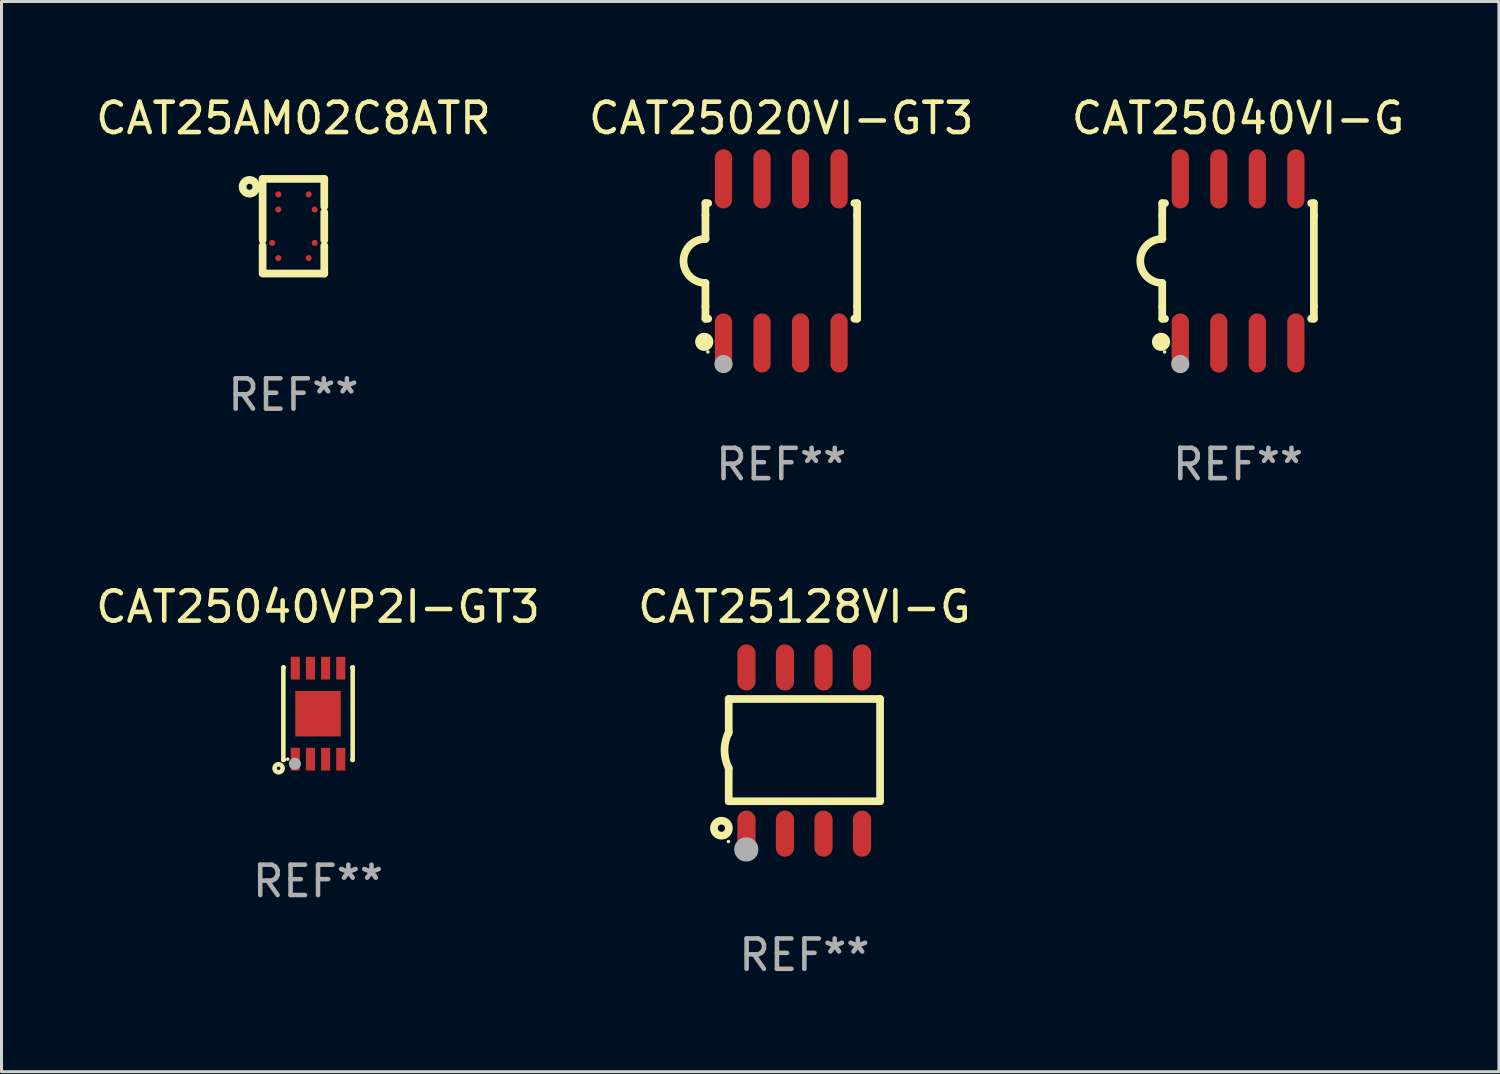
<source format=kicad_pcb>
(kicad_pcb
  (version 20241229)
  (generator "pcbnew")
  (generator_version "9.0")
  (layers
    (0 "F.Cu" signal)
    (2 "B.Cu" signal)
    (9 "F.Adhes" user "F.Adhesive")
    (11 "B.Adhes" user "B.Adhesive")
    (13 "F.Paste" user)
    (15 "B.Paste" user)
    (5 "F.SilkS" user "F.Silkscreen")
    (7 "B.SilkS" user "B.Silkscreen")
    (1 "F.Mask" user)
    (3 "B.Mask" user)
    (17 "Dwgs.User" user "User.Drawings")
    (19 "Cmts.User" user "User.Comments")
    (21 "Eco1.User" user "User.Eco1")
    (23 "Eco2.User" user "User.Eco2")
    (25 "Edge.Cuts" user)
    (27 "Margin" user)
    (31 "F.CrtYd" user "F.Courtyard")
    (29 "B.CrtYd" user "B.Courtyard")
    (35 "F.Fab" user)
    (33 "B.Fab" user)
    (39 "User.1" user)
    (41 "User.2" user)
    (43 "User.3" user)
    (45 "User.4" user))
  (footprint "CAT25128VI-G"
    (layer "F.Cu")
    (at 23.47 21.695)
    (property "Reference" "CAT25128VI-G" (at 0 -4.74 0) (layer "F.SilkS") (effects (font (size 1 1) (thickness 0.15))))
    (attr through_hole)
    (fp_line (start -2.495 -1.7) (end 2.495 -1.7) (stroke (width 0.254) (type solid)) (layer "F.SilkS"))
    (fp_line (start -2.495 -0.6) (end -2.495 -1.7) (stroke (width 0.254) (type solid)) (layer "F.SilkS"))
    (fp_line (start -2.495 1.671) (end -2.495 0.58) (stroke (width 0.254) (type solid)) (layer "F.SilkS"))
    (fp_line (start 2.495 -1.7) (end 2.495 1.671) (stroke (width 0.254) (type solid)) (layer "F.SilkS"))
    (fp_line (start 2.495 1.671) (end -2.495 1.671) (stroke (width 0.254) (type solid)) (layer "F.SilkS"))
    (fp_arc (start -2.495009 0.58001) (mid -2.634112 -0.009995) (end -2.495009 -0.6) (stroke (width 0.254001) (type solid)) (layer "F.SilkS"))
    (fp_circle (center -2.735 2.56) (end -2.615 2.56) (stroke (width 0.254) (type solid)) (fill no) (layer "F.SilkS"))
    (fp_circle (center -2.505 3) (end -2.475 3) (stroke (width 0.06) (type solid)) (fill no) (layer "F.SilkS"))
    (fp_circle (center -1.915 3.26) (end -1.715 3.26) (stroke (width 0.4) (type solid)) (fill no) (layer "F.Fab"))
    (fp_text user "REF**" (at 0 6.74 0) (layer "F.Fab") (effects (font (size 1 1) (thickness 0.15))))
    (pad "1" smd oval (at -1.91 2.74) (size 0.6 1.52) (layers "F.Cu" "F.Mask" "F.Paste"))
    (pad "2" smd oval (at -0.64 2.74) (size 0.6 1.52) (layers "F.Cu" "F.Mask" "F.Paste"))
    (pad "3" smd oval (at 0.63 2.74) (size 0.6 1.52) (layers "F.Cu" "F.Mask" "F.Paste"))
    (pad "4" smd oval (at 1.9 2.74) (size 0.6 1.52) (layers "F.Cu" "F.Mask" "F.Paste"))
    (pad "5" smd oval (at 1.9 -2.74) (size 0.6 1.52) (layers "F.Cu" "F.Mask" "F.Paste"))
    (pad "6" smd oval (at 0.63 -2.74) (size 0.6 1.52) (layers "F.Cu" "F.Mask" "F.Paste"))
    (pad "7" smd oval (at -0.64 -2.74) (size 0.6 1.52) (layers "F.Cu" "F.Mask" "F.Paste"))
    (pad "8" smd oval (at -1.91 -2.74) (size 0.6 1.52) (layers "F.Cu" "F.Mask" "F.Paste")))
  (footprint "CAT25AM02C8ATR"
    (layer "F.Cu")
    (at 6.625 4.408)
    (property "Reference" "CAT25AM02C8ATR" (at 0 -3.56 0) (layer "F.SilkS") (effects (font (size 1 1) (thickness 0.15))))
    (attr through_hole)
    (fp_line (start -1.016 -1.56) (end -1.016 0.457) (stroke (width 0.254) (type solid)) (layer "F.SilkS"))
    (fp_line (start -1.016 0.643) (end -1.016 1.524) (stroke (width 0.254) (type solid)) (layer "F.SilkS"))
    (fp_line (start 1.016 -1.56) (end -1.016 -1.56) (stroke (width 0.254) (type solid)) (layer "F.SilkS"))
    (fp_line (start 1.016 -1.56) (end 1.016 -0.643) (stroke (width 0.254) (type solid)) (layer "F.SilkS"))
    (fp_line (start 1.016 -0.457) (end 1.016 0.457) (stroke (width 0.254) (type solid)) (layer "F.SilkS"))
    (fp_line (start 1.016 0.643) (end 1.016 1.56) (stroke (width 0.254) (type solid)) (layer "F.SilkS"))
    (fp_line (start 1.016 1.56) (end -1.016 1.56) (stroke (width 0.254) (type solid)) (layer "F.SilkS"))
    (fp_circle (center -1.45 -1.3) (end -1.35 -1.3) (stroke (width 0.254) (type solid)) (fill no) (layer "F.SilkS"))
    (fp_text user "REF**" (at 0 5.56 0) (layer "F.Fab") (effects (font (size 1 1) (thickness 0.15))))
    (pad "A2" smd circle (at -0.5 -1.05) (size 0.2 0.2) (layers "F.Cu" "F.Mask" "F.Paste"))
    (pad "A3" smd circle (at 0.5 -1.05) (size 0.2 0.2) (layers "F.Cu" "F.Mask" "F.Paste"))
    (pad "B2" smd circle (at -0.5 -0.55) (size 0.2 0.2) (layers "F.Cu" "F.Mask" "F.Paste"))
    (pad "B4" smd circle (at 0.7 -0.55) (size 0.2 0.2) (layers "F.Cu" "F.Mask" "F.Paste"))
    (pad "C1" smd circle (at -0.7 0.55) (size 0.2 0.2) (layers "F.Cu" "F.Mask" "F.Paste"))
    (pad "C4" smd circle (at 0.7 0.55) (size 0.2 0.2) (layers "F.Cu" "F.Mask" "F.Paste"))
    (pad "D2" smd circle (at -0.5 1.05) (size 0.2 0.2) (layers "F.Cu" "F.Mask" "F.Paste"))
    (pad "D3" smd circle (at 0.5 1.05) (size 0.2 0.2) (layers "F.Cu" "F.Mask" "F.Paste")))
  (footprint "CAT25040VP2I-GT3"
    (layer "F.Cu")
    (at 7.435 20.479)
    (property "Reference" "CAT25040VP2I-GT3" (at 0 -3.524 0) (layer "F.SilkS") (effects (font (size 1 1) (thickness 0.15))))
    (attr through_hole)
    (fp_line (start -1.143 -1.524) (end -1.143 1.524) (stroke (width 0.15) (type solid)) (layer "F.SilkS"))
    (fp_line (start -1.143 1.524) (end -1.129 1.524) (stroke (width 0.15) (type solid)) (layer "F.SilkS"))
    (fp_line (start -1.129 -1.524) (end -1.143 -1.524) (stroke (width 0.15) (type solid)) (layer "F.SilkS"))
    (fp_line (start 1.129 1.524) (end 1.143 1.524) (stroke (width 0.15) (type solid)) (layer "F.SilkS"))
    (fp_line (start 1.143 -1.524) (end 1.129 -1.524) (stroke (width 0.15) (type solid)) (layer "F.SilkS"))
    (fp_line (start 1.143 1.524) (end 1.143 -1.524) (stroke (width 0.15) (type solid)) (layer "F.SilkS"))
    (fp_circle (center -1.3 1.8) (end -1.243 1.8) (stroke (width 0.15) (type solid)) (fill no) (layer "F.SilkS"))
    (fp_circle (center -1 1.5) (end -0.97 1.5) (stroke (width 0.06) (type solid)) (fill no) (layer "F.SilkS"))
    (fp_circle (center -0.762 1.651) (end -0.662 1.651) (stroke (width 0.2) (type solid)) (fill no) (layer "F.Fab"))
    (fp_text user "REF**" (at 0 5.524 0) (layer "F.Fab") (effects (font (size 1 1) (thickness 0.15))))
    (pad "1" smd rect (at -0.75 1.5 90) (size 0.75 0.3) (layers "F.Cu" "F.Mask" "F.Paste"))
    (pad "2" smd rect (at -0.25 1.5 90) (size 0.75 0.3) (layers "F.Cu" "F.Mask" "F.Paste"))
    (pad "3" smd rect (at 0.25 1.5 90) (size 0.75 0.3) (layers "F.Cu" "F.Mask" "F.Paste"))
    (pad "4" smd rect (at 0.75 1.5 90) (size 0.75 0.3) (layers "F.Cu" "F.Mask" "F.Paste"))
    (pad "5" smd rect (at 0.75 -1.5 90) (size 0.75 0.3) (layers "F.Cu" "F.Mask" "F.Paste"))
    (pad "6" smd rect (at 0.25 -1.5 90) (size 0.75 0.3) (layers "F.Cu" "F.Mask" "F.Paste"))
    (pad "7" smd rect (at -0.25 -1.5 90) (size 0.75 0.3) (layers "F.Cu" "F.Mask" "F.Paste"))
    (pad "8" smd rect (at -0.75 -1.5 90) (size 0.75 0.3) (layers "F.Cu" "F.Mask" "F.Paste"))
    (pad "9" smd rect (at -0.000203 0.000457 90) (size 1.5 1.5) (layers "F.Cu" "F.Mask" "F.Paste")))
  (footprint "CAT25040VI-G"
    (layer "F.Cu")
    (at 37.768 5.553)
    (property "Reference" "CAT25040VI-G" (at 0 -4.705 0) (layer "F.SilkS") (effects (font (size 1 1) (thickness 0.15))))
    (attr through_hole)
    (fp_line (start -2.5 -1.905) (end -2.409 -1.905) (stroke (width 0.254) (type solid)) (layer "F.SilkS"))
    (fp_line (start -2.5 -1.5) (end -2.5 -1.905) (stroke (width 0.254) (type solid)) (layer "F.SilkS"))
    (fp_line (start -2.5 -1.5) (end -2.5 -0.726) (stroke (width 0.254) (type solid)) (layer "F.SilkS"))
    (fp_line (start -2.5 1.5) (end -2.5 0.727) (stroke (width 0.254) (type solid)) (layer "F.SilkS"))
    (fp_line (start -2.5 1.5) (end -2.5 1.905) (stroke (width 0.254) (type solid)) (layer "F.SilkS"))
    (fp_line (start -2.5 1.905) (end -2.409 1.905) (stroke (width 0.254) (type solid)) (layer "F.SilkS"))
    (fp_line (start 2.5 -1.905) (end 2.409 -1.905) (stroke (width 0.254) (type solid)) (layer "F.SilkS"))
    (fp_line (start 2.5 -1.5) (end 2.5 -1.905) (stroke (width 0.254) (type solid)) (layer "F.SilkS"))
    (fp_line (start 2.5 -1.5) (end 2.5 1.5) (stroke (width 0.254) (type solid)) (layer "F.SilkS"))
    (fp_line (start 2.5 1.5) (end 2.5 1.905) (stroke (width 0.254) (type solid)) (layer "F.SilkS"))
    (fp_line (start 2.5 1.905) (end 2.409 1.905) (stroke (width 0.254) (type solid)) (layer "F.SilkS"))
    (fp_arc (start -2.5 0.726568) (mid -3.220316 -0.0023) (end -2.495097 -0.726289) (stroke (width 0.254001) (type solid)) (layer "F.SilkS"))
    (fp_circle (center -2.54 2.667) (end -2.39 2.667) (stroke (width 0.3) (type solid)) (fill no) (layer "F.SilkS"))
    (fp_circle (center -2.42 3) (end -2.39 3) (stroke (width 0.06) (type solid)) (fill no) (layer "F.SilkS"))
    (fp_circle (center -1.905 3.4) (end -1.755 3.4) (stroke (width 0.3) (type solid)) (fill no) (layer "F.Fab"))
    (fp_text user "REF**" (at 0 6.705 0) (layer "F.Fab") (effects (font (size 1 1) (thickness 0.15))))
    (pad "1" smd oval (at -1.905 2.705) (size 0.568 1.95) (layers "F.Cu" "F.Mask" "F.Paste"))
    (pad "2" smd oval (at -0.635 2.705) (size 0.568 1.95) (layers "F.Cu" "F.Mask" "F.Paste"))
    (pad "3" smd oval (at 0.635 2.705) (size 0.568 1.95) (layers "F.Cu" "F.Mask" "F.Paste"))
    (pad "4" smd oval (at 1.905 2.705) (size 0.568 1.95) (layers "F.Cu" "F.Mask" "F.Paste"))
    (pad "5" smd oval (at 1.905 -2.705) (size 0.568 1.95) (layers "F.Cu" "F.Mask" "F.Paste"))
    (pad "6" smd oval (at 0.635 -2.705) (size 0.568 1.95) (layers "F.Cu" "F.Mask" "F.Paste"))
    (pad "7" smd oval (at -0.635 -2.705) (size 0.568 1.95) (layers "F.Cu" "F.Mask" "F.Paste"))
    (pad "8" smd oval (at -1.905 -2.705) (size 0.568 1.95) (layers "F.Cu" "F.Mask" "F.Paste")))
  (footprint "CAT25020VI-GT3"
    (layer "F.Cu")
    (at 22.708 5.553)
    (property "Reference" "CAT25020VI-GT3" (at 0 -4.705 0) (layer "F.SilkS") (effects (font (size 1 1) (thickness 0.15))))
    (attr through_hole)
    (fp_line (start -2.5 -1.905) (end -2.409 -1.905) (stroke (width 0.254) (type solid)) (layer "F.SilkS"))
    (fp_line (start -2.5 -1.5) (end -2.5 -1.905) (stroke (width 0.254) (type solid)) (layer "F.SilkS"))
    (fp_line (start -2.5 -1.5) (end -2.5 -0.726) (stroke (width 0.254) (type solid)) (layer "F.SilkS"))
    (fp_line (start -2.5 1.5) (end -2.5 0.727) (stroke (width 0.254) (type solid)) (layer "F.SilkS"))
    (fp_line (start -2.5 1.5) (end -2.5 1.905) (stroke (width 0.254) (type solid)) (layer "F.SilkS"))
    (fp_line (start -2.5 1.905) (end -2.409 1.905) (stroke (width 0.254) (type solid)) (layer "F.SilkS"))
    (fp_line (start 2.5 -1.905) (end 2.409 -1.905) (stroke (width 0.254) (type solid)) (layer "F.SilkS"))
    (fp_line (start 2.5 -1.5) (end 2.5 -1.905) (stroke (width 0.254) (type solid)) (layer "F.SilkS"))
    (fp_line (start 2.5 -1.5) (end 2.5 1.5) (stroke (width 0.254) (type solid)) (layer "F.SilkS"))
    (fp_line (start 2.5 1.5) (end 2.5 1.905) (stroke (width 0.254) (type solid)) (layer "F.SilkS"))
    (fp_line (start 2.5 1.905) (end 2.409 1.905) (stroke (width 0.254) (type solid)) (layer "F.SilkS"))
    (fp_arc (start -2.5 0.726568) (mid -3.220316 -0.0023) (end -2.495097 -0.726289) (stroke (width 0.254001) (type solid)) (layer "F.SilkS"))
    (fp_circle (center -2.54 2.667) (end -2.39 2.667) (stroke (width 0.3) (type solid)) (fill no) (layer "F.SilkS"))
    (fp_circle (center -2.42 3) (end -2.39 3) (stroke (width 0.06) (type solid)) (fill no) (layer "F.SilkS"))
    (fp_circle (center -1.905 3.4) (end -1.755 3.4) (stroke (width 0.3) (type solid)) (fill no) (layer "F.Fab"))
    (fp_text user "REF**" (at 0 6.705 0) (layer "F.Fab") (effects (font (size 1 1) (thickness 0.15))))
    (pad "1" smd oval (at -1.905 2.705) (size 0.568 1.95) (layers "F.Cu" "F.Mask" "F.Paste"))
    (pad "2" smd oval (at -0.635 2.705) (size 0.568 1.95) (layers "F.Cu" "F.Mask" "F.Paste"))
    (pad "3" smd oval (at 0.635 2.705) (size 0.568 1.95) (layers "F.Cu" "F.Mask" "F.Paste"))
    (pad "4" smd oval (at 1.905 2.705) (size 0.568 1.95) (layers "F.Cu" "F.Mask" "F.Paste"))
    (pad "5" smd oval (at 1.905 -2.705) (size 0.568 1.95) (layers "F.Cu" "F.Mask" "F.Paste"))
    (pad "6" smd oval (at 0.635 -2.705) (size 0.568 1.95) (layers "F.Cu" "F.Mask" "F.Paste"))
    (pad "7" smd oval (at -0.635 -2.705) (size 0.568 1.95) (layers "F.Cu" "F.Mask" "F.Paste"))
    (pad "8" smd oval (at -1.905 -2.705) (size 0.568 1.95) (layers "F.Cu" "F.Mask" "F.Paste")))
  (gr_rect
    (start -3 -3)
    (end 46.369 32.283)
    (stroke (width 0.1) (type default))
    (fill no)
    (layer "Edge.Cuts")))
</source>
